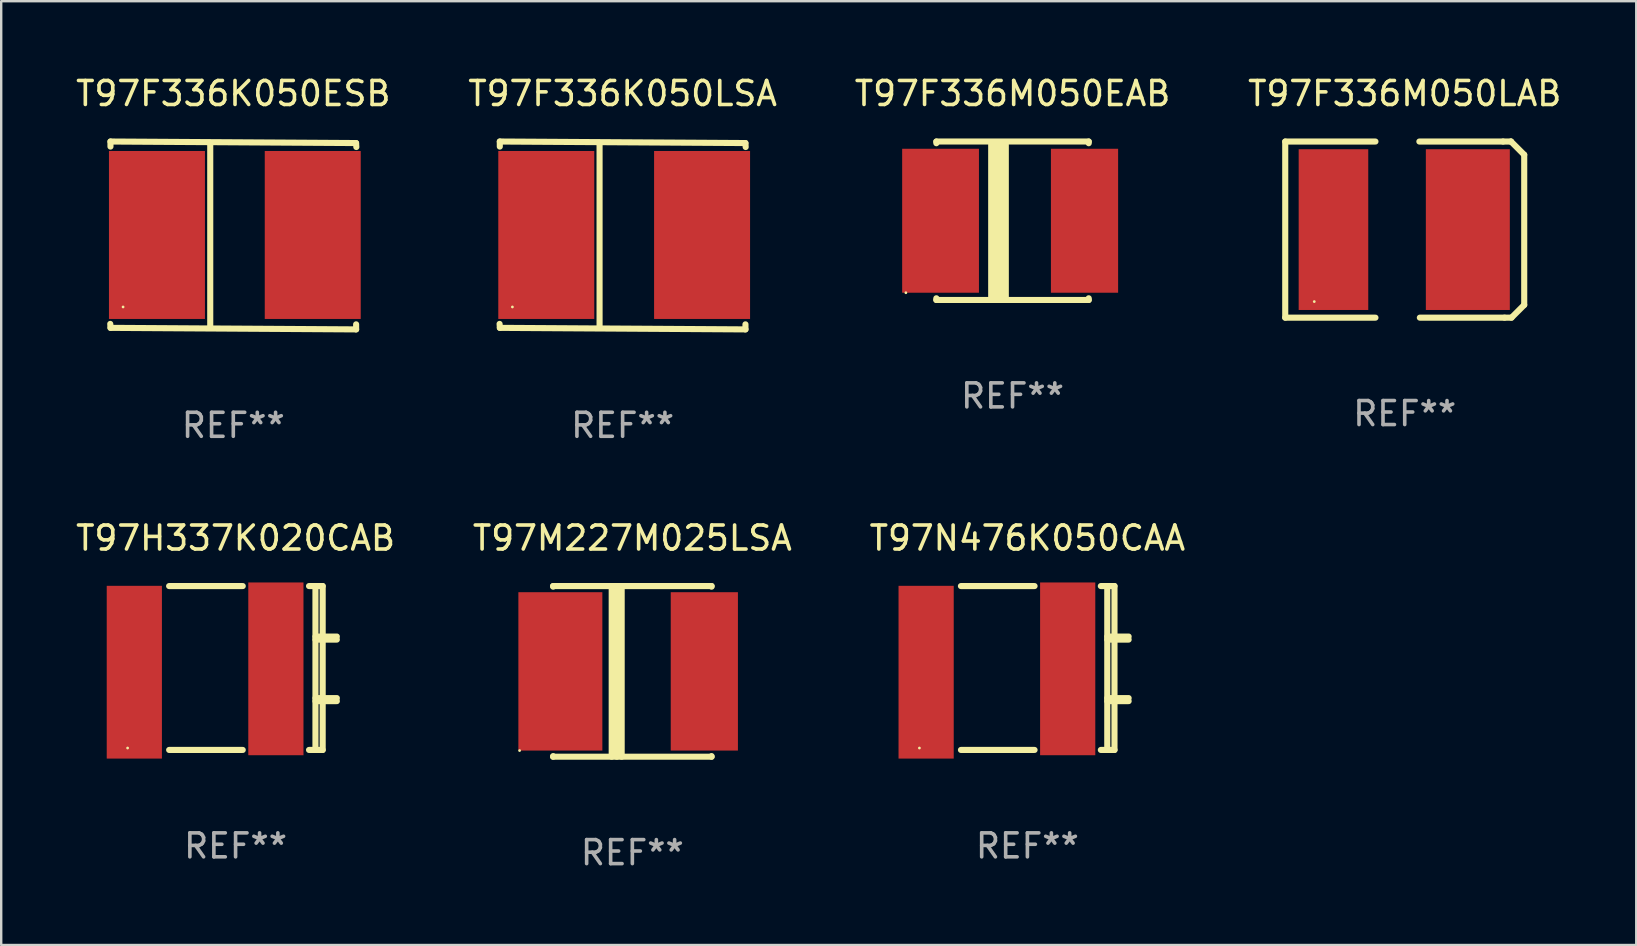
<source format=kicad_pcb>
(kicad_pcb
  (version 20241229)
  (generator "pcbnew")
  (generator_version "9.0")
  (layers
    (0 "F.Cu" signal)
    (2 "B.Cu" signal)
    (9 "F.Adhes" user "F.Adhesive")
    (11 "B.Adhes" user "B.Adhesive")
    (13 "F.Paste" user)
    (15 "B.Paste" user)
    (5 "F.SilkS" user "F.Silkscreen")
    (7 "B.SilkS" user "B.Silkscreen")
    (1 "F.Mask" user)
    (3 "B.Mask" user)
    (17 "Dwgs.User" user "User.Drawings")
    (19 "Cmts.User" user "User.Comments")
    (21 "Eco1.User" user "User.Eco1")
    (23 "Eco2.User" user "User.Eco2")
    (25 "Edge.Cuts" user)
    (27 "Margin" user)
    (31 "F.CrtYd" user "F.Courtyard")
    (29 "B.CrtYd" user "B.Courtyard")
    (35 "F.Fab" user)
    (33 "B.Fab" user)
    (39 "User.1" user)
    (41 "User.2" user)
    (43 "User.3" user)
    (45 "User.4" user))
  (footprint "T97F336K050ESB"
    (layer "F.Cu")
    (at 6.673 6.763)
    (property "Reference" "T97F336K050ESB" (at 0 -5.915 0) (layer "F.SilkS") (effects (font (size 1 1) (thickness 0.15))))
    (attr through_hole)
    (fp_line (start -5.119 -3.915) (end 5.117 -3.851) (stroke (width 0.254) (type solid)) (layer "F.SilkS"))
    (fp_line (start -5.119 -3.704) (end -5.119 -3.915) (stroke (width 0.254) (type solid)) (layer "F.SilkS"))
    (fp_line (start -5.117 3.851) (end -5.128 3.686) (stroke (width 0.254) (type solid)) (layer "F.SilkS"))
    (fp_line (start -0.961 -3.801) (end -0.961 3.824) (stroke (width 0.254) (type solid)) (layer "F.SilkS"))
    (fp_line (start 5.117 -3.851) (end 5.128 -3.686) (stroke (width 0.254) (type solid)) (layer "F.SilkS"))
    (fp_line (start 5.119 3.704) (end 5.119 3.915) (stroke (width 0.254) (type solid)) (layer "F.SilkS"))
    (fp_line (start 5.119 3.915) (end -5.117 3.851) (stroke (width 0.254) (type solid)) (layer "F.SilkS"))
    (fp_circle (center -4.594 2.98) (end -4.564 2.98) (stroke (width 0.06) (type solid)) (fill no) (layer "F.SilkS"))
    (fp_text user "REF**" (at 0 7.915 0) (layer "F.Fab") (effects (font (size 1 1) (thickness 0.15))))
    (pad "1" smd rect (at -3.182 -0.02) (size 4 7) (layers "F.Cu" "F.Mask" "F.Paste"))
    (pad "2" smd rect (at 3.311 -0.02) (size 4 7) (layers "F.Cu" "F.Mask" "F.Paste")))
  (footprint "T97F336K050LSA"
    (layer "F.Cu")
    (at 22.899 6.763)
    (property "Reference" "T97F336K050LSA" (at 0 -5.915 0) (layer "F.SilkS") (effects (font (size 1 1) (thickness 0.15))))
    (attr through_hole)
    (fp_line (start -5.119 -3.915) (end 5.117 -3.851) (stroke (width 0.254) (type solid)) (layer "F.SilkS"))
    (fp_line (start -5.119 -3.704) (end -5.119 -3.915) (stroke (width 0.254) (type solid)) (layer "F.SilkS"))
    (fp_line (start -5.117 3.851) (end -5.128 3.686) (stroke (width 0.254) (type solid)) (layer "F.SilkS"))
    (fp_line (start -0.961 -3.801) (end -0.961 3.824) (stroke (width 0.254) (type solid)) (layer "F.SilkS"))
    (fp_line (start 5.117 -3.851) (end 5.128 -3.686) (stroke (width 0.254) (type solid)) (layer "F.SilkS"))
    (fp_line (start 5.119 3.704) (end 5.119 3.915) (stroke (width 0.254) (type solid)) (layer "F.SilkS"))
    (fp_line (start 5.119 3.915) (end -5.117 3.851) (stroke (width 0.254) (type solid)) (layer "F.SilkS"))
    (fp_circle (center -4.594 2.98) (end -4.564 2.98) (stroke (width 0.06) (type solid)) (fill no) (layer "F.SilkS"))
    (fp_text user "REF**" (at 0 7.915 0) (layer "F.Fab") (effects (font (size 1 1) (thickness 0.15))))
    (pad "1" smd rect (at -3.182 -0.02) (size 4 7) (layers "F.Cu" "F.Mask" "F.Paste"))
    (pad "2" smd rect (at 3.311 -0.02) (size 4 7) (layers "F.Cu" "F.Mask" "F.Paste")))
  (footprint "T97F336M050EAB"
    (layer "F.Cu")
    (at 39.149 6.15)
    (property "Reference" "T97F336M050EAB" (at 0 -5.302 0) (layer "F.SilkS") (effects (font (size 1 1) (thickness 0.15))))
    (attr through_hole)
    (fp_line (start -3.175 -3.231) (end -3.175 -3.302) (stroke (width 0.254) (type solid)) (layer "F.SilkS"))
    (fp_line (start -3.175 3.302) (end -3.175 3.231) (stroke (width 0.254) (type solid)) (layer "F.SilkS"))
    (fp_line (start -3.175 3.302) (end 3.175 3.302) (stroke (width 0.254) (type solid)) (layer "F.SilkS"))
    (fp_line (start -0.889 -3.175) (end -0.889 3.302) (stroke (width 0.254) (type solid)) (layer "F.SilkS"))
    (fp_line (start -0.688 -3.175) (end -0.688 3.302) (stroke (width 0.254) (type solid)) (layer "F.SilkS"))
    (fp_line (start -0.478 -3.175) (end -0.478 3.302) (stroke (width 0.254) (type solid)) (layer "F.SilkS"))
    (fp_line (start -0.281 -3.175) (end -0.281 3.302) (stroke (width 0.254) (type solid)) (layer "F.SilkS"))
    (fp_line (start 3.175 -3.302) (end -3.175 -3.302) (stroke (width 0.254) (type solid)) (layer "F.SilkS"))
    (fp_line (start 3.175 -3.302) (end 3.175 -3.231) (stroke (width 0.254) (type solid)) (layer "F.SilkS"))
    (fp_line (start 3.175 3.231) (end 3.175 3.302) (stroke (width 0.254) (type solid)) (layer "F.SilkS"))
    (fp_circle (center -4.445 3) (end -4.415 3) (stroke (width 0.06) (type solid)) (fill no) (layer "F.SilkS"))
    (fp_text user "REF**" (at 0 7.302 0) (layer "F.Fab") (effects (font (size 1 1) (thickness 0.15))))
    (pad "1" smd rect (at -3 0) (size 3.2 6) (layers "F.Cu" "F.Mask" "F.Paste"))
    (pad "2" smd rect (at 3 0) (size 2.8 6) (layers "F.Cu" "F.Mask" "F.Paste")))
  (footprint "T97N476K050CAA"
    (layer "F.Cu")
    (at 39.768 24.79)
    (property "Reference" "T97N476K050CAA" (at 0 -5.415 0) (layer "F.SilkS") (effects (font (size 1 1) (thickness 0.15))))
    (attr through_hole)
    (fp_line (start -2.77 -3.415) (end 0.299 -3.415) (stroke (width 0.254) (type solid)) (layer "F.SilkS"))
    (fp_line (start 0.299 3.415) (end -2.769 3.415) (stroke (width 0.254) (type solid)) (layer "F.SilkS"))
    (fp_line (start 3.061 -3.415) (end 3.63 -3.415) (stroke (width 0.254) (type solid)) (layer "F.SilkS"))
    (fp_line (start 3.329 -3.415) (end 3.329 3.415) (stroke (width 0.254) (type solid)) (layer "F.SilkS"))
    (fp_line (start 3.329 -1.311) (end 4.22 -1.311) (stroke (width 0.254) (type solid)) (layer "F.SilkS"))
    (fp_line (start 3.329 -1.184) (end 4.22 -1.184) (stroke (width 0.254) (type solid)) (layer "F.SilkS"))
    (fp_line (start 3.33 1.254) (end 4.22 1.254) (stroke (width 0.254) (type solid)) (layer "F.SilkS"))
    (fp_line (start 3.33 1.381) (end 4.22 1.381) (stroke (width 0.254) (type solid)) (layer "F.SilkS"))
    (fp_line (start 3.63 -3.415) (end 3.63 3.415) (stroke (width 0.254) (type solid)) (layer "F.SilkS"))
    (fp_line (start 3.63 3.415) (end 3.061 3.415) (stroke (width 0.254) (type solid)) (layer "F.SilkS"))
    (fp_circle (center -4.5 3.335) (end -4.47 3.335) (stroke (width 0.06) (type solid)) (fill no) (layer "F.SilkS"))
    (fp_text user "REF**" (at 0 7.415 0) (layer "F.Fab") (effects (font (size 1 1) (thickness 0.15))))
    (pad "1" smd rect (at -4.22 0.175) (size 2.3 7.2) (layers "F.Cu" "F.Mask" "F.Paste"))
    (pad "2" smd rect (at 1.68 0.035) (size 2.3 7.2) (layers "F.Cu" "F.Mask" "F.Paste")))
  (footprint "T97M227M025LSA"
    (layer "F.Cu")
    (at 23.304 24.931)
    (property "Reference" "T97M227M025LSA" (at 0 -5.556 0) (layer "F.SilkS") (effects (font (size 1 1) (thickness 0.15))))
    (attr through_hole)
    (fp_line (start -3.302 -3.556) (end 3.302 -3.556) (stroke (width 0.254) (type solid)) (layer "F.SilkS"))
    (fp_line (start -3.302 -3.531) (end -3.302 -3.556) (stroke (width 0.254) (type solid)) (layer "F.SilkS"))
    (fp_line (start -3.302 3.556) (end -3.302 3.531) (stroke (width 0.254) (type solid)) (layer "F.SilkS"))
    (fp_line (start -0.86 -3.556) (end -0.86 3.556) (stroke (width 0.254) (type solid)) (layer "F.SilkS"))
    (fp_line (start -0.646 3.556) (end -0.646 -3.556) (stroke (width 0.254) (type solid)) (layer "F.SilkS"))
    (fp_line (start -0.445 -3.556) (end -0.445 3.556) (stroke (width 0.254) (type solid)) (layer "F.SilkS"))
    (fp_line (start 3.302 -3.556) (end 3.302 -3.531) (stroke (width 0.254) (type solid)) (layer "F.SilkS"))
    (fp_line (start 3.302 3.531) (end 3.302 3.556) (stroke (width 0.254) (type solid)) (layer "F.SilkS"))
    (fp_line (start 3.302 3.556) (end -3.302 3.556) (stroke (width 0.254) (type solid)) (layer "F.SilkS"))
    (fp_circle (center -4.699 3.3) (end -4.669 3.3) (stroke (width 0.06) (type solid)) (fill no) (layer "F.SilkS"))
    (fp_text user "REF**" (at 0 7.556 0) (layer "F.Fab") (effects (font (size 1 1) (thickness 0.15))))
    (pad "1" smd rect (at -3 -0.000102) (size 3.5 6.6) (layers "F.Cu" "F.Mask" "F.Paste"))
    (pad "2" smd rect (at 3 -0.000102) (size 2.8 6.6) (layers "F.Cu" "F.Mask" "F.Paste")))
  (footprint "T97H337K020CAB"
    (layer "F.Cu")
    (at 6.768 24.79)
    (property "Reference" "T97H337K020CAB" (at 0 -5.415 0) (layer "F.SilkS") (effects (font (size 1 1) (thickness 0.15))))
    (attr through_hole)
    (fp_line (start -2.77 -3.415) (end 0.299 -3.415) (stroke (width 0.254) (type solid)) (layer "F.SilkS"))
    (fp_line (start 0.299 3.415) (end -2.769 3.415) (stroke (width 0.254) (type solid)) (layer "F.SilkS"))
    (fp_line (start 3.061 -3.415) (end 3.63 -3.415) (stroke (width 0.254) (type solid)) (layer "F.SilkS"))
    (fp_line (start 3.329 -3.415) (end 3.329 3.415) (stroke (width 0.254) (type solid)) (layer "F.SilkS"))
    (fp_line (start 3.329 -1.311) (end 4.22 -1.311) (stroke (width 0.254) (type solid)) (layer "F.SilkS"))
    (fp_line (start 3.329 -1.184) (end 4.22 -1.184) (stroke (width 0.254) (type solid)) (layer "F.SilkS"))
    (fp_line (start 3.33 1.254) (end 4.22 1.254) (stroke (width 0.254) (type solid)) (layer "F.SilkS"))
    (fp_line (start 3.33 1.381) (end 4.22 1.381) (stroke (width 0.254) (type solid)) (layer "F.SilkS"))
    (fp_line (start 3.63 -3.415) (end 3.63 3.415) (stroke (width 0.254) (type solid)) (layer "F.SilkS"))
    (fp_line (start 3.63 3.415) (end 3.061 3.415) (stroke (width 0.254) (type solid)) (layer "F.SilkS"))
    (fp_circle (center -4.5 3.335) (end -4.47 3.335) (stroke (width 0.06) (type solid)) (fill no) (layer "F.SilkS"))
    (fp_text user "REF**" (at 0 7.415 0) (layer "F.Fab") (effects (font (size 1 1) (thickness 0.15))))
    (pad "1" smd rect (at -4.22 0.175) (size 2.3 7.2) (layers "F.Cu" "F.Mask" "F.Paste"))
    (pad "2" smd rect (at 1.68 0.035) (size 2.3 7.2) (layers "F.Cu" "F.Mask" "F.Paste")))
  (footprint "T97F336M050LAB"
    (layer "F.Cu")
    (at 55.494 6.519)
    (property "Reference" "T97F336M050LAB" (at 0 -5.67 0) (layer "F.SilkS") (effects (font (size 1 1) (thickness 0.15))))
    (attr through_hole)
    (fp_line (start -4.98 -3.67) (end -4.98 3.67) (stroke (width 0.254) (type solid)) (layer "F.SilkS"))
    (fp_line (start -4.98 -3.67) (end -1.22 -3.67) (stroke (width 0.254) (type solid)) (layer "F.SilkS"))
    (fp_line (start -4.98 3.67) (end -1.22 3.67) (stroke (width 0.254) (type solid)) (layer "F.SilkS"))
    (fp_line (start 4.098 -3.67) (end 0.61 -3.67) (stroke (width 0.254) (type solid)) (layer "F.SilkS"))
    (fp_line (start 4.159 3.67) (end 0.63 3.67) (stroke (width 0.254) (type solid)) (layer "F.SilkS"))
    (fp_line (start 4.16 3.67) (end 4.449 3.67) (stroke (width 0.254) (type solid)) (layer "F.SilkS"))
    (fp_line (start 4.429 -3.67) (end 4.099 -3.67) (stroke (width 0.254) (type solid)) (layer "F.SilkS"))
    (fp_line (start 4.429 -3.67) (end 4.429 -3.67) (stroke (width 0.254) (type solid)) (layer "F.SilkS"))
    (fp_line (start 4.449 3.67) (end 4.98 3.139) (stroke (width 0.254) (type solid)) (layer "F.SilkS"))
    (fp_line (start 4.98 -3.119) (end 4.429 -3.67) (stroke (width 0.254) (type solid)) (layer "F.SilkS"))
    (fp_line (start 4.98 3.139) (end 4.98 -3.119) (stroke (width 0.254) (type solid)) (layer "F.SilkS"))
    (fp_circle (center -3.77 3) (end -3.74 3) (stroke (width 0.06) (type solid)) (fill no) (layer "F.SilkS"))
    (fp_text user "REF**" (at 0 7.67 0) (layer "F.Fab") (effects (font (size 1 1) (thickness 0.15))))
    (pad "1" smd rect (at -2.97 0) (size 2.9 6.7) (layers "F.Cu" "F.Mask" "F.Paste"))
    (pad "2" smd rect (at 2.63 0) (size 3.5 6.7) (layers "F.Cu" "F.Mask" "F.Paste")))
  (gr_rect
    (start -3 -3)
    (end 65.143 36.335)
    (stroke (width 0.1) (type default))
    (fill no)
    (layer "Edge.Cuts")))
</source>
